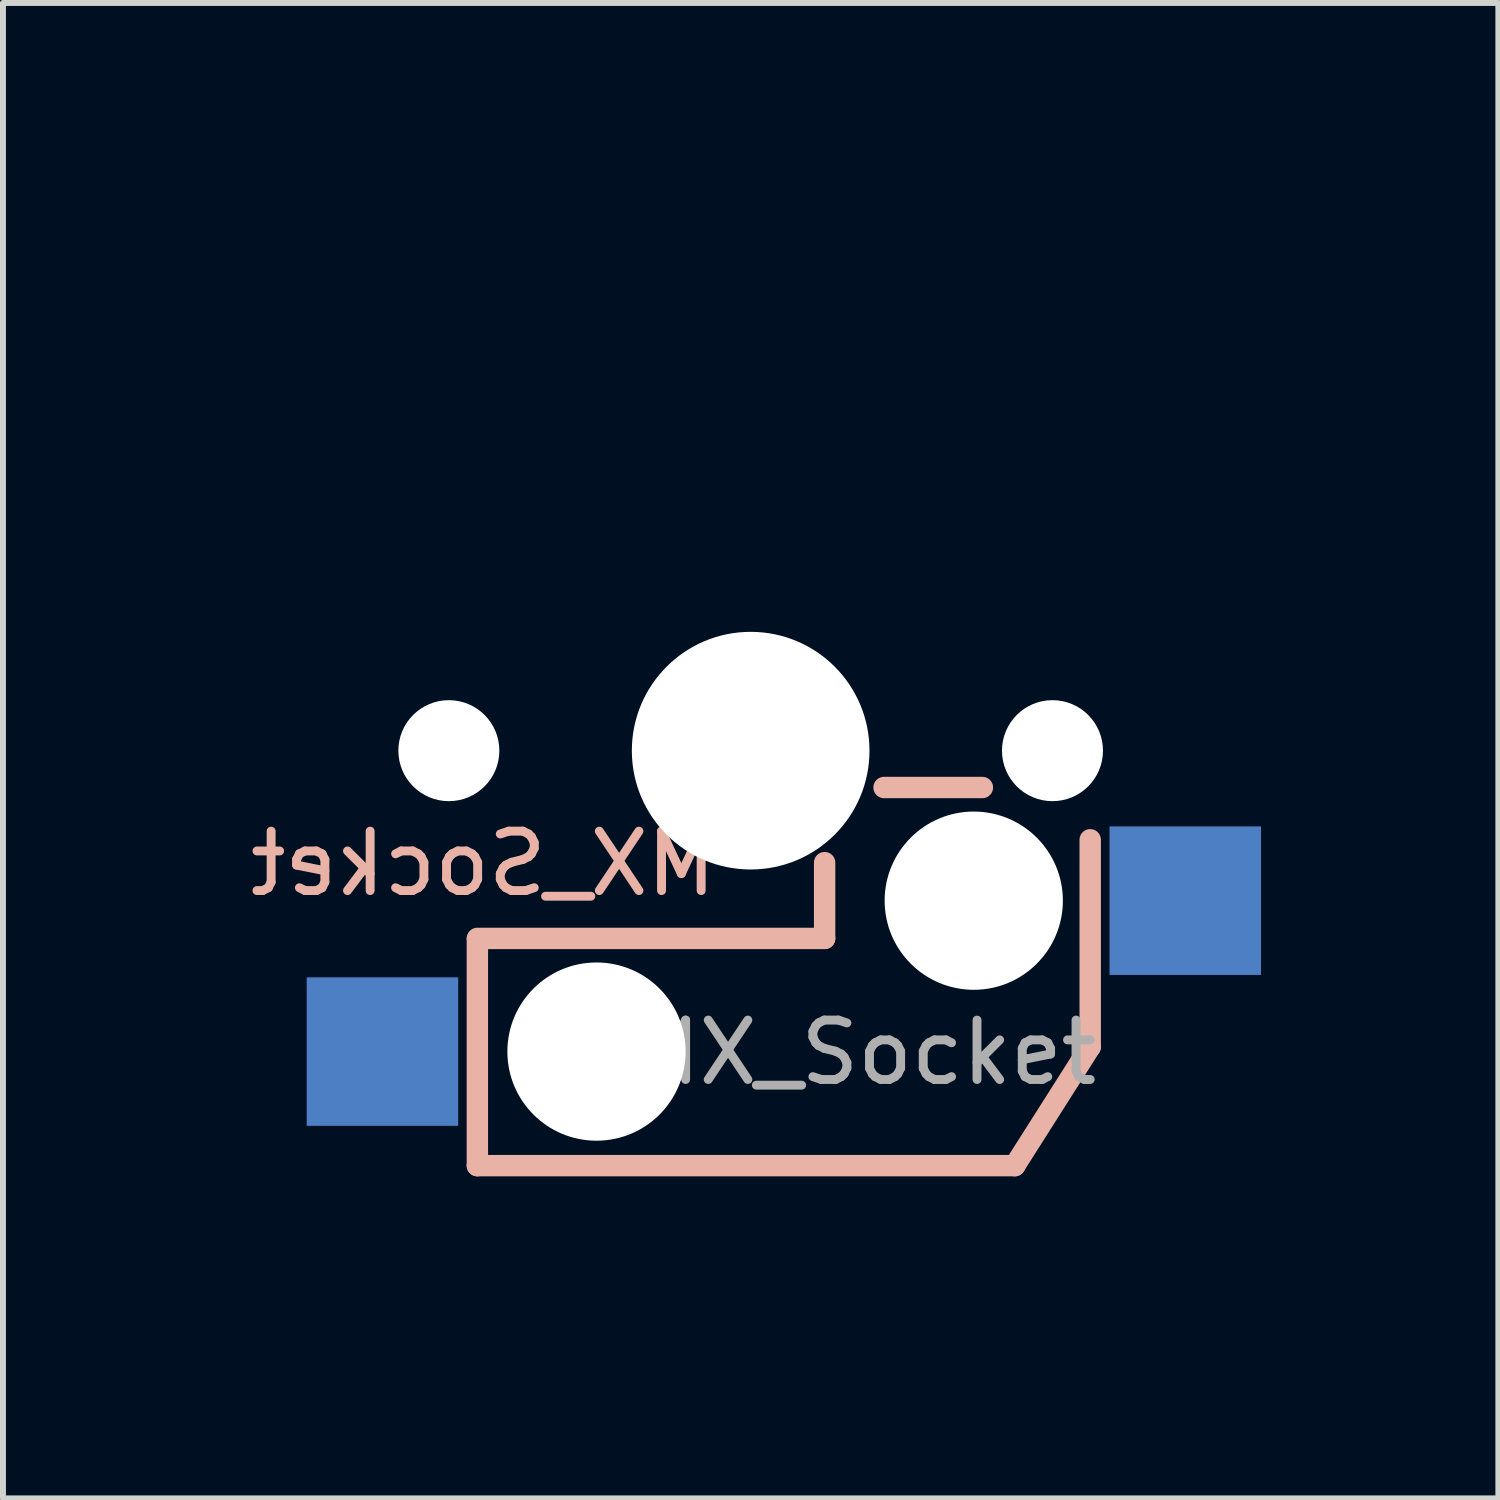
<source format=kicad_pcb>
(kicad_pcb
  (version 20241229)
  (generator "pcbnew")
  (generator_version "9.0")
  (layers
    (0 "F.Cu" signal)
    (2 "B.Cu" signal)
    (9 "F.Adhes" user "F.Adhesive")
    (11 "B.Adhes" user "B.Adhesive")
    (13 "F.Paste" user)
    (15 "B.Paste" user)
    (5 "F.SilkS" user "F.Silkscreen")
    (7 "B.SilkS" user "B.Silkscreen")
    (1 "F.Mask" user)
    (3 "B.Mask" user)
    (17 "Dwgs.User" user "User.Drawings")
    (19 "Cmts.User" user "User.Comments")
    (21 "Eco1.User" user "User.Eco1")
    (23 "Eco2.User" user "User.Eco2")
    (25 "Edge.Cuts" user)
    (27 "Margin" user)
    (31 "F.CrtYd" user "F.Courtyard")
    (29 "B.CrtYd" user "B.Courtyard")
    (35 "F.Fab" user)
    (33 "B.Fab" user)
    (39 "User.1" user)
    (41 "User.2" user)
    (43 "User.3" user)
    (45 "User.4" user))
  (footprint "MX_Socket"
    (layer "F.Cu")
    (at 9.585 9.585)
    (property "Reference" "MX_Socket" (at -4.5 1.9 0) (unlocked yes) (layer "B.SilkS") (effects (font (size 1 1) (thickness 0.15)) (justify mirror)))
    (attr through_hole)
    (fp_line (start -4.6 3.16) (end 1.245 3.16) (stroke (width 0.36) (type solid)) (layer "B.SilkS"))
    (fp_line (start -4.6 6.985) (end -4.6 3.175) (stroke (width 0.36) (type solid)) (layer "B.SilkS"))
    (fp_line (start 1.245 3.16) (end 1.245 1.885) (stroke (width 0.36) (type solid)) (layer "B.SilkS"))
    (fp_line (start 3.9 0.62) (end 2.245 0.62) (stroke (width 0.36) (type solid)) (layer "B.SilkS"))
    (fp_line (start 4.445 6.985) (end -4.6 6.985) (stroke (width 0.36) (type solid)) (layer "B.SilkS"))
    (fp_line (start 5.715 1.5) (end 5.715 4.985) (stroke (width 0.36) (type solid)) (layer "B.SilkS"))
    (fp_line (start 5.715 4.985) (end 4.445 6.985) (stroke (width 0.36) (type solid)) (layer "B.SilkS"))
    (fp_rect (start 7 7) (end -7 -7) (stroke (width 0.12) (type solid)) (fill no) (layer "User.1"))
    (fp_rect (start 9.525 9.525) (end -9.525 -9.525) (stroke (width 0.12) (type solid)) (fill no) (layer "User.1"))
    (fp_text user "${REFERENCE}" (at 1.905 5.08 0) (unlocked yes) (layer "F.Fab") (effects (font (size 1 1) (thickness 0.15))))
    (pad "" np_thru_hole circle (at -5.08 0) (size 1.7 1.7) (drill 1.7) (layers "*.Cu"))
    (pad "" np_thru_hole circle (at -2.595 5.065) (size 3 3) (drill 3) (layers "*.Cu"))
    (pad "" np_thru_hole circle (at 0 0) (size 4 4) (drill 4) (layers "*.Cu"))
    (pad "" np_thru_hole circle (at 3.755 2.525) (size 3 3) (drill 3) (layers "*.Cu"))
    (pad "" np_thru_hole circle (at 5.08 0) (size 1.7 1.7) (drill 1.7) (layers "*.Cu"))
    (pad "1" smd rect (at -6.198 5.065) (size 2.55 2.5) (layers "B.Cu" "B.Mask" "B.Paste"))
    (pad "2" smd rect (at 7.315 2.525) (size 2.55 2.5) (layers "B.Cu" "B.Mask" "B.Paste")))
  (gr_rect
    (start -3 -3)
    (end 22.17 22.17)
    (stroke (width 0.1) (type default))
    (fill no)
    (layer "Edge.Cuts")))
</source>
